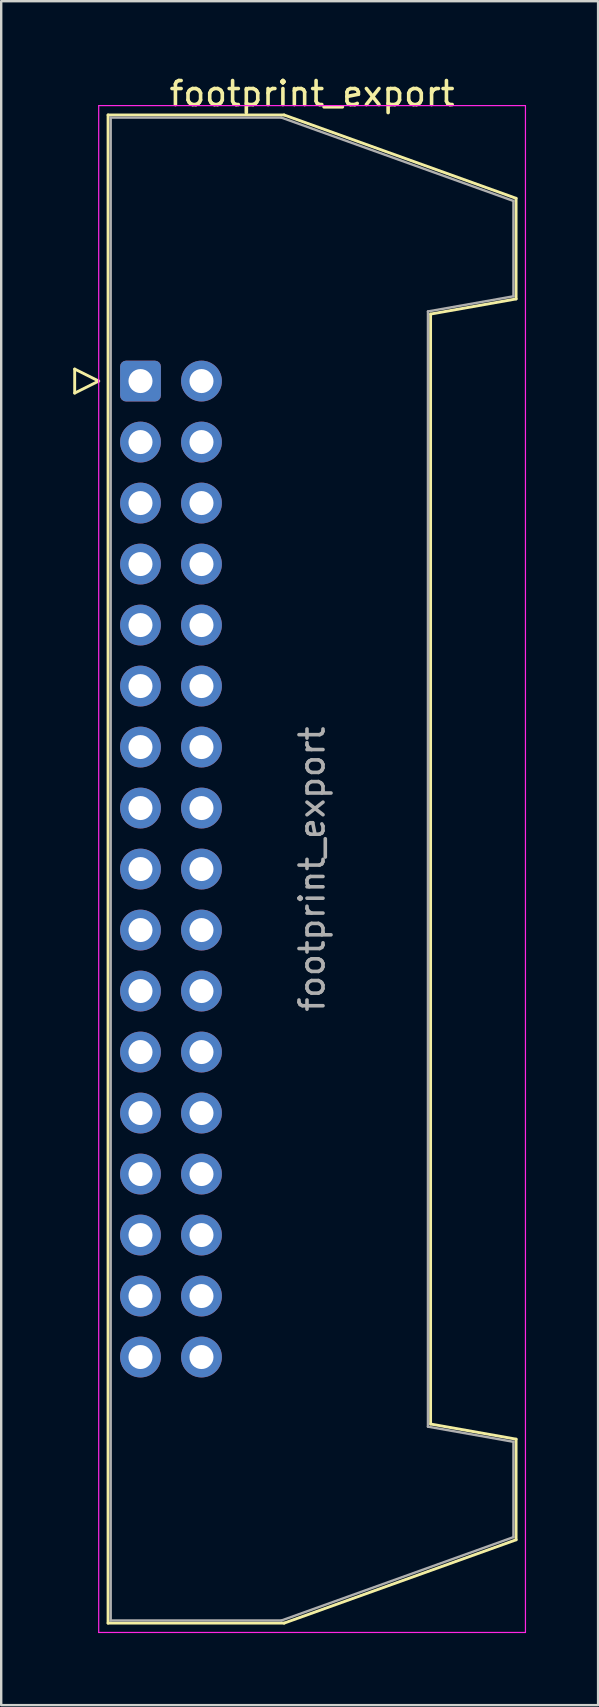
<source format=kicad_pcb>
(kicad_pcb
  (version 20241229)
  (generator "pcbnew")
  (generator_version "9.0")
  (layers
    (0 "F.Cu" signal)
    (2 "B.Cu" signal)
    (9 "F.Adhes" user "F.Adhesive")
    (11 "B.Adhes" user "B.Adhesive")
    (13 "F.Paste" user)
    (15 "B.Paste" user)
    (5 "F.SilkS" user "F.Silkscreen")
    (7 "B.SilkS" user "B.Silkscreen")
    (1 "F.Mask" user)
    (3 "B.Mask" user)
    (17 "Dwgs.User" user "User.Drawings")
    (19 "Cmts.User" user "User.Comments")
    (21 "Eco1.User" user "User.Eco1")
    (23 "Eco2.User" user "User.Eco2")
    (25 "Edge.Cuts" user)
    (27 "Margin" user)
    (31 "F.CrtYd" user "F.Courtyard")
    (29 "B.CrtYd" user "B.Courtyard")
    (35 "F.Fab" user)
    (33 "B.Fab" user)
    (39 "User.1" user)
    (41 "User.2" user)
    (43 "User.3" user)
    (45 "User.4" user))
  (footprint "footprint_export"
    (layer "F.Cu")
    (at 2.8 12.818)
    (property "Reference" "footprint_export" (at 7.145 -11.97 0) (layer "F.SilkS") (effects (font (size 1 1) (thickness 0.15))))
    (attr through_hole)
    (fp_line (start -2.74 -0.5) (end -2.74 0.5) (stroke (width 0.12) (type solid)) (layer "F.SilkS"))
    (fp_line (start -2.74 0.5) (end -1.74 0) (stroke (width 0.12) (type solid)) (layer "F.SilkS"))
    (fp_line (start -1.74 0) (end -2.74 -0.5) (stroke (width 0.12) (type solid)) (layer "F.SilkS"))
    (fp_line (start -1.35 -11.08) (end 5.98 -11.08) (stroke (width 0.12) (type solid)) (layer "F.SilkS"))
    (fp_line (start -1.35 51.72) (end -1.35 -11.08) (stroke (width 0.12) (type solid)) (layer "F.SilkS"))
    (fp_line (start 5.98 -11.08) (end 15.64 -7.61) (stroke (width 0.12) (type solid)) (layer "F.SilkS"))
    (fp_line (start 5.98 51.72) (end -1.35 51.72) (stroke (width 0.12) (type solid)) (layer "F.SilkS"))
    (fp_line (start 12.08 -2.79) (end 12.08 43.43) (stroke (width 0.12) (type solid)) (layer "F.SilkS"))
    (fp_line (start 12.08 43.43) (end 15.64 44.06) (stroke (width 0.12) (type solid)) (layer "F.SilkS"))
    (fp_line (start 15.64 -7.61) (end 15.64 -3.42) (stroke (width 0.12) (type solid)) (layer "F.SilkS"))
    (fp_line (start 15.64 -3.42) (end 12.08 -2.79) (stroke (width 0.12) (type solid)) (layer "F.SilkS"))
    (fp_line (start 15.64 44.06) (end 15.64 48.25) (stroke (width 0.12) (type solid)) (layer "F.SilkS"))
    (fp_line (start 15.64 48.25) (end 5.98 51.72) (stroke (width 0.12) (type solid)) (layer "F.SilkS"))
    (fp_line (start -1.74 -11.47) (end -1.74 52.11) (stroke (width 0.05) (type solid)) (layer "F.CrtYd"))
    (fp_line (start -1.74 52.11) (end 16.03 52.11) (stroke (width 0.05) (type solid)) (layer "F.CrtYd"))
    (fp_line (start 16.03 -11.47) (end -1.74 -11.47) (stroke (width 0.05) (type solid)) (layer "F.CrtYd"))
    (fp_line (start 16.03 52.11) (end 16.03 -11.47) (stroke (width 0.05) (type solid)) (layer "F.CrtYd"))
    (fp_line (start -1.24 -10.97) (end 5.87 -10.97) (stroke (width 0.1) (type solid)) (layer "F.Fab"))
    (fp_line (start -1.24 51.61) (end -1.24 -10.97) (stroke (width 0.1) (type solid)) (layer "F.Fab"))
    (fp_line (start 5.87 -10.97) (end 15.53 -7.5) (stroke (width 0.1) (type solid)) (layer "F.Fab"))
    (fp_line (start 5.87 51.61) (end -1.24 51.61) (stroke (width 0.1) (type solid)) (layer "F.Fab"))
    (fp_line (start 11.97 -2.9) (end 11.97 43.54) (stroke (width 0.1) (type solid)) (layer "F.Fab"))
    (fp_line (start 11.97 43.54) (end 15.53 44.17) (stroke (width 0.1) (type solid)) (layer "F.Fab"))
    (fp_line (start 15.53 -7.5) (end 15.53 -3.53) (stroke (width 0.1) (type solid)) (layer "F.Fab"))
    (fp_line (start 15.53 -3.53) (end 11.97 -2.9) (stroke (width 0.1) (type solid)) (layer "F.Fab"))
    (fp_line (start 15.53 44.17) (end 15.53 48.14) (stroke (width 0.1) (type solid)) (layer "F.Fab"))
    (fp_line (start 15.53 48.14) (end 5.87 51.61) (stroke (width 0.1) (type solid)) (layer "F.Fab"))
    (fp_text user "${REFERENCE}" (at 7.145 20.32 90) (layer "F.Fab") (effects (font (size 1 1) (thickness 0.15))))
    (pad "1" thru_hole roundrect (at 0 0) (size 1.7 1.7) (drill 1) (layers "*.Cu" "*.Mask") (roundrect_rratio 0.147))
    (pad "2" thru_hole circle (at 2.54 0) (size 1.7 1.7) (drill 1) (layers "*.Cu" "*.Mask"))
    (pad "3" thru_hole circle (at 0 2.54) (size 1.7 1.7) (drill 1) (layers "*.Cu" "*.Mask"))
    (pad "4" thru_hole circle (at 2.54 2.54) (size 1.7 1.7) (drill 1) (layers "*.Cu" "*.Mask"))
    (pad "5" thru_hole circle (at 0 5.08) (size 1.7 1.7) (drill 1) (layers "*.Cu" "*.Mask"))
    (pad "6" thru_hole circle (at 2.54 5.08) (size 1.7 1.7) (drill 1) (layers "*.Cu" "*.Mask"))
    (pad "7" thru_hole circle (at 0 7.62) (size 1.7 1.7) (drill 1) (layers "*.Cu" "*.Mask"))
    (pad "8" thru_hole circle (at 2.54 7.62) (size 1.7 1.7) (drill 1) (layers "*.Cu" "*.Mask"))
    (pad "9" thru_hole circle (at 0 10.16) (size 1.7 1.7) (drill 1) (layers "*.Cu" "*.Mask"))
    (pad "10" thru_hole circle (at 2.54 10.16) (size 1.7 1.7) (drill 1) (layers "*.Cu" "*.Mask"))
    (pad "11" thru_hole circle (at 0 12.7) (size 1.7 1.7) (drill 1) (layers "*.Cu" "*.Mask"))
    (pad "12" thru_hole circle (at 2.54 12.7) (size 1.7 1.7) (drill 1) (layers "*.Cu" "*.Mask"))
    (pad "13" thru_hole circle (at 0 15.24) (size 1.7 1.7) (drill 1) (layers "*.Cu" "*.Mask"))
    (pad "14" thru_hole circle (at 2.54 15.24) (size 1.7 1.7) (drill 1) (layers "*.Cu" "*.Mask"))
    (pad "15" thru_hole circle (at 0 17.78) (size 1.7 1.7) (drill 1) (layers "*.Cu" "*.Mask"))
    (pad "16" thru_hole circle (at 2.54 17.78) (size 1.7 1.7) (drill 1) (layers "*.Cu" "*.Mask"))
    (pad "17" thru_hole circle (at 0 20.32) (size 1.7 1.7) (drill 1) (layers "*.Cu" "*.Mask"))
    (pad "18" thru_hole circle (at 2.54 20.32) (size 1.7 1.7) (drill 1) (layers "*.Cu" "*.Mask"))
    (pad "19" thru_hole circle (at 0 22.86) (size 1.7 1.7) (drill 1) (layers "*.Cu" "*.Mask"))
    (pad "20" thru_hole circle (at 2.54 22.86) (size 1.7 1.7) (drill 1) (layers "*.Cu" "*.Mask"))
    (pad "21" thru_hole circle (at 0 25.4) (size 1.7 1.7) (drill 1) (layers "*.Cu" "*.Mask"))
    (pad "22" thru_hole circle (at 2.54 25.4) (size 1.7 1.7) (drill 1) (layers "*.Cu" "*.Mask"))
    (pad "23" thru_hole circle (at 0 27.94) (size 1.7 1.7) (drill 1) (layers "*.Cu" "*.Mask"))
    (pad "24" thru_hole circle (at 2.54 27.94) (size 1.7 1.7) (drill 1) (layers "*.Cu" "*.Mask"))
    (pad "25" thru_hole circle (at 0 30.48) (size 1.7 1.7) (drill 1) (layers "*.Cu" "*.Mask"))
    (pad "26" thru_hole circle (at 2.54 30.48) (size 1.7 1.7) (drill 1) (layers "*.Cu" "*.Mask"))
    (pad "27" thru_hole circle (at 0 33.02) (size 1.7 1.7) (drill 1) (layers "*.Cu" "*.Mask"))
    (pad "28" thru_hole circle (at 2.54 33.02) (size 1.7 1.7) (drill 1) (layers "*.Cu" "*.Mask"))
    (pad "29" thru_hole circle (at 0 35.56) (size 1.7 1.7) (drill 1) (layers "*.Cu" "*.Mask"))
    (pad "30" thru_hole circle (at 2.54 35.56) (size 1.7 1.7) (drill 1) (layers "*.Cu" "*.Mask"))
    (pad "31" thru_hole circle (at 0 38.1) (size 1.7 1.7) (drill 1) (layers "*.Cu" "*.Mask"))
    (pad "32" thru_hole circle (at 2.54 38.1) (size 1.7 1.7) (drill 1) (layers "*.Cu" "*.Mask"))
    (pad "33" thru_hole circle (at 0 40.64) (size 1.7 1.7) (drill 1) (layers "*.Cu" "*.Mask"))
    (pad "34" thru_hole circle (at 2.54 40.64) (size 1.7 1.7) (drill 1) (layers "*.Cu" "*.Mask")))
  (gr_rect
    (start -3 -3)
    (end 21.855 67.953)
    (stroke (width 0.1) (type default))
    (fill no)
    (layer "Edge.Cuts")))
</source>
